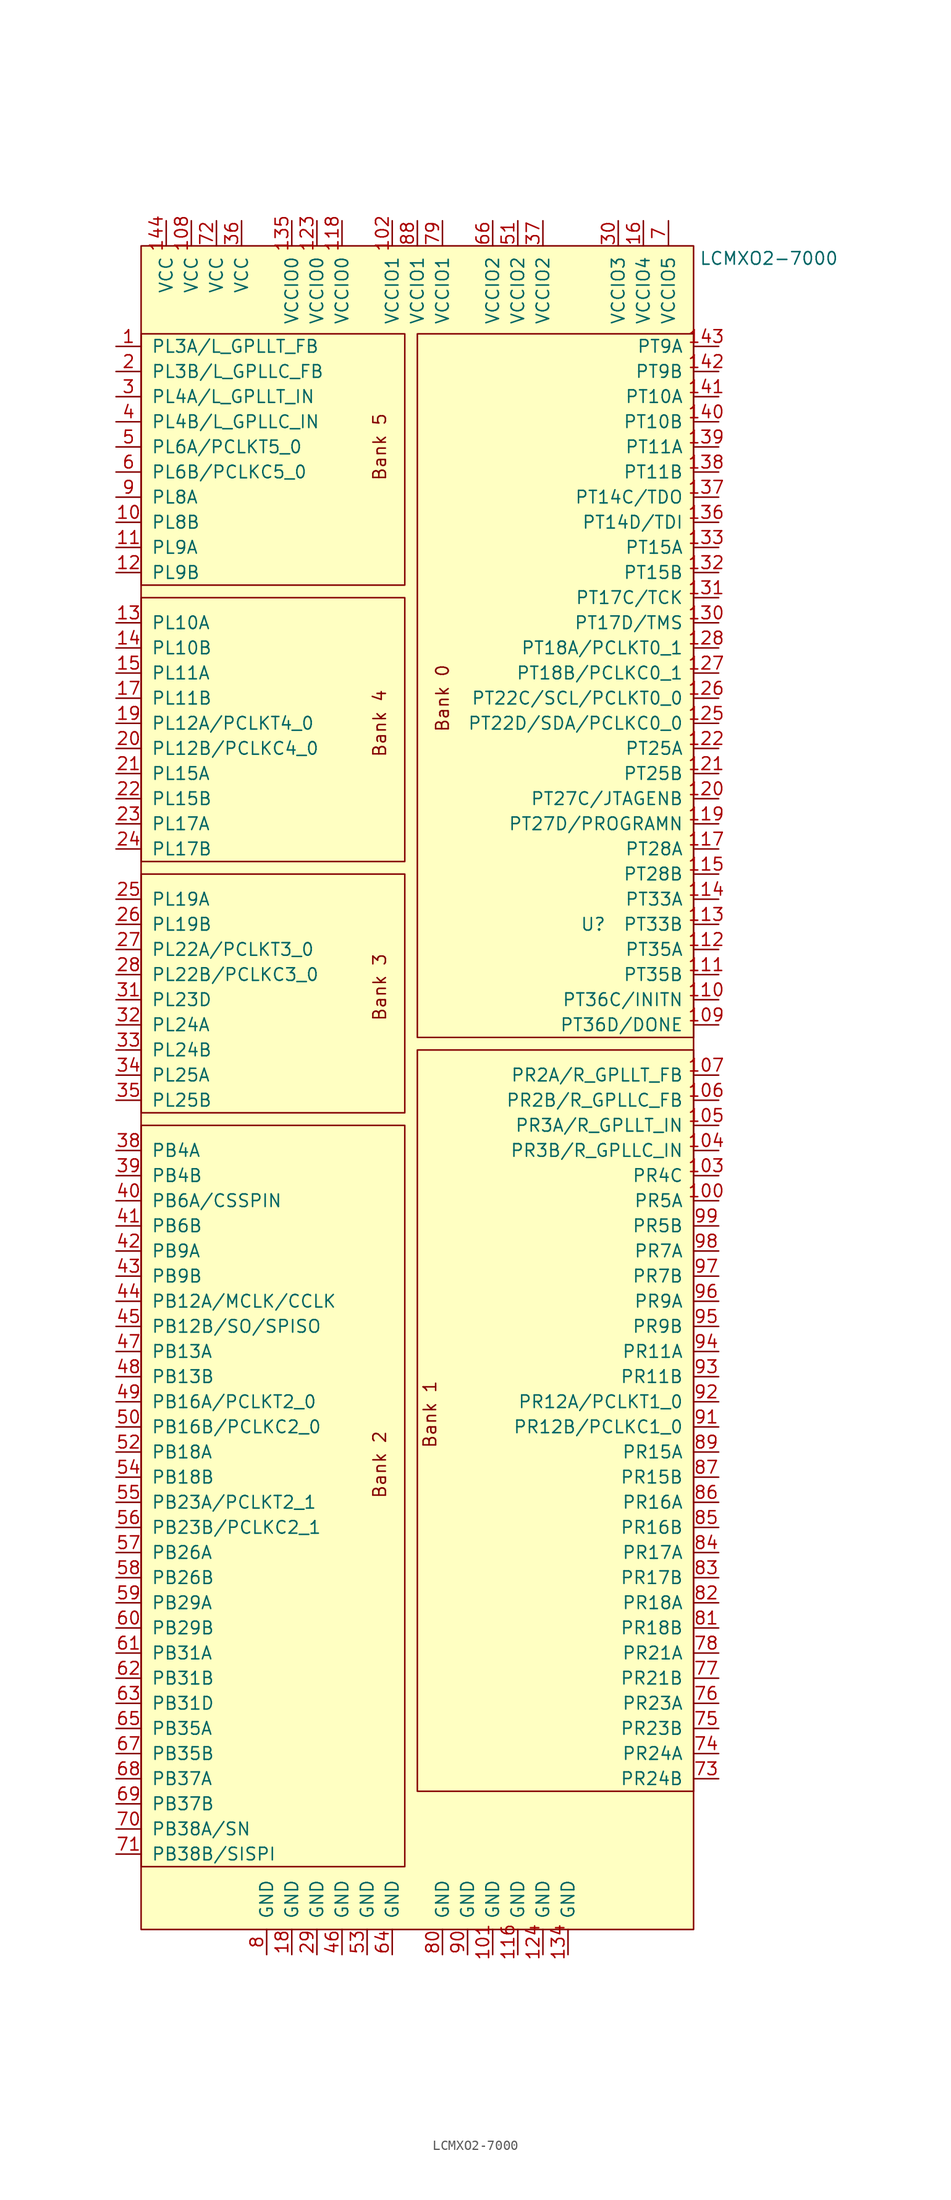
<source format=kicad_sym>
(kicad_symbol_lib
  (version 20231120)
  (generator "kicad_symbol_editor")
  (generator_version "8.0")
  (symbol "LCMXO2-7000"
    (pin_names
      (offset 1.016))
    (property "Reference" "U"
      (at 17.78 12.7 0)
      (effects (font (size 1.27 1.27))))
    (property "Value" "LCMXO2-7000"
      (at 35.56 80.01 0)
      (effects (font (size 1.27 1.27))))
    (symbol "LCMXO2-7000_0_0"
      (rectangle (start -27.94 -7.62) (end -1.27 -82.55) (stroke (width 0) (type default)) (fill (type none)))
      (rectangle (start -27.94 17.78) (end -1.27 -6.35) (stroke (width 0) (type default)) (fill (type none)))
      (rectangle (start -27.94 45.72) (end -1.27 19.05) (stroke (width 0) (type default)) (fill (type none)))
      (rectangle (start -27.94 72.39) (end -1.27 46.99) (stroke (width 0) (type default)) (fill (type none)))
      (rectangle (start 0 0) (end 27.94 -74.93) (stroke (width 0) (type default)) (fill (type none)))
      (text "Bank 0" (at 2.54 35.56 900) (effects (font (size 1.27 1.27))))
      (text "Bank 1" (at 1.27 -36.83 900) (effects (font (size 1.27 1.27))))
      (text "Bank 2" (at -3.81 -41.91 900) (effects (font (size 1.27 1.27))))
      (text "Bank 3" (at -3.81 6.35 900) (effects (font (size 1.27 1.27))))
      (text "Bank 4" (at -3.81 33.02 900) (effects (font (size 1.27 1.27))))
      (text "Bank 5" (at -3.81 60.96 900) (effects (font (size 1.27 1.27)))))
    (symbol "LCMXO2-7000_0_1"
      (rectangle (start -27.94 81.28) (end 27.94 -88.9) (stroke (width 0) (type default)) (fill (type background)))
      (rectangle (start 27.94 72.39) (end 0 1.27) (stroke (width 0) (type default)) (fill (type none))))
    (symbol "LCMXO2-7000_1_1"
      (pin tri_state line (at -30.48 71.12 0) (length 2.54) (name "PL3A/L_GPLLT_FB" (effects (font (size 1.27 1.27)))) (number "1" (effects (font (size 1.27 1.27)))))
      (pin tri_state line (at -30.48 53.34 0) (length 2.54) (name "PL8B" (effects (font (size 1.27 1.27)))) (number "10" (effects (font (size 1.27 1.27)))))
      (pin tri_state line (at 30.48 -15.24 180) (length 2.54) (name "PR5A" (effects (font (size 1.27 1.27)))) (number "100" (effects (font (size 1.27 1.27)))))
      (pin power_in line (at 7.62 -91.44 90) (length 2.54) (name "GND" (effects (font (size 1.27 1.27)))) (number "101" (effects (font (size 1.27 1.27)))))
      (pin power_in line (at -2.54 83.82 270) (length 2.54) (name "VCCIO1" (effects (font (size 1.27 1.27)))) (number "102" (effects (font (size 1.27 1.27)))))
      (pin tri_state line (at 30.48 -12.7 180) (length 2.54) (name "PR4C" (effects (font (size 1.27 1.27)))) (number "103" (effects (font (size 1.27 1.27)))))
      (pin tri_state line (at 30.48 -10.16 180) (length 2.54) (name "PR3B/R_GPLLC_IN" (effects (font (size 1.27 1.27)))) (number "104" (effects (font (size 1.27 1.27)))))
      (pin tri_state line (at 30.48 -7.62 180) (length 2.54) (name "PR3A/R_GPLLT_IN" (effects (font (size 1.27 1.27)))) (number "105" (effects (font (size 1.27 1.27)))))
      (pin tri_state line (at 30.48 -5.08 180) (length 2.54) (name "PR2B/R_GPLLC_FB" (effects (font (size 1.27 1.27)))) (number "106" (effects (font (size 1.27 1.27)))))
      (pin tri_state line (at 30.48 -2.54 180) (length 2.54) (name "PR2A/R_GPLLT_FB" (effects (font (size 1.27 1.27)))) (number "107" (effects (font (size 1.27 1.27)))))
      (pin power_in line (at -22.86 83.82 270) (length 2.54) (name "VCC" (effects (font (size 1.27 1.27)))) (number "108" (effects (font (size 1.27 1.27)))))
      (pin tri_state line (at 30.48 2.54 180) (length 2.54) (name "PT36D/DONE" (effects (font (size 1.27 1.27)))) (number "109" (effects (font (size 1.27 1.27)))))
      (pin tri_state line (at -30.48 50.8 0) (length 2.54) (name "PL9A" (effects (font (size 1.27 1.27)))) (number "11" (effects (font (size 1.27 1.27)))))
      (pin tri_state line (at 30.48 5.08 180) (length 2.54) (name "PT36C/INITN" (effects (font (size 1.27 1.27)))) (number "110" (effects (font (size 1.27 1.27)))))
      (pin tri_state line (at 30.48 7.62 180) (length 2.54) (name "PT35B" (effects (font (size 1.27 1.27)))) (number "111" (effects (font (size 1.27 1.27)))))
      (pin tri_state line (at 30.48 10.16 180) (length 2.54) (name "PT35A" (effects (font (size 1.27 1.27)))) (number "112" (effects (font (size 1.27 1.27)))))
      (pin tri_state line (at 30.48 12.7 180) (length 2.54) (name "PT33B" (effects (font (size 1.27 1.27)))) (number "113" (effects (font (size 1.27 1.27)))))
      (pin tri_state line (at 30.48 15.24 180) (length 2.54) (name "PT33A" (effects (font (size 1.27 1.27)))) (number "114" (effects (font (size 1.27 1.27)))))
      (pin tri_state line (at 30.48 17.78 180) (length 2.54) (name "PT28B" (effects (font (size 1.27 1.27)))) (number "115" (effects (font (size 1.27 1.27)))))
      (pin power_in line (at 10.16 -91.44 90) (length 2.54) (name "GND" (effects (font (size 1.27 1.27)))) (number "116" (effects (font (size 1.27 1.27)))))
      (pin tri_state line (at 30.48 20.32 180) (length 2.54) (name "PT28A" (effects (font (size 1.27 1.27)))) (number "117" (effects (font (size 1.27 1.27)))))
      (pin power_in line (at -7.62 83.82 270) (length 2.54) (name "VCCIO0" (effects (font (size 1.27 1.27)))) (number "118" (effects (font (size 1.27 1.27)))))
      (pin tri_state line (at 30.48 22.86 180) (length 2.54) (name "PT27D/PROGRAMN" (effects (font (size 1.27 1.27)))) (number "119" (effects (font (size 1.27 1.27)))))
      (pin tri_state line (at -30.48 48.26 0) (length 2.54) (name "PL9B" (effects (font (size 1.27 1.27)))) (number "12" (effects (font (size 1.27 1.27)))))
      (pin tri_state line (at 30.48 25.4 180) (length 2.54) (name "PT27C/JTAGENB" (effects (font (size 1.27 1.27)))) (number "120" (effects (font (size 1.27 1.27)))))
      (pin tri_state line (at 30.48 27.94 180) (length 2.54) (name "PT25B" (effects (font (size 1.27 1.27)))) (number "121" (effects (font (size 1.27 1.27)))))
      (pin tri_state line (at 30.48 30.48 180) (length 2.54) (name "PT25A" (effects (font (size 1.27 1.27)))) (number "122" (effects (font (size 1.27 1.27)))))
      (pin power_in line (at -10.16 83.82 270) (length 2.54) (name "VCCIO0" (effects (font (size 1.27 1.27)))) (number "123" (effects (font (size 1.27 1.27)))))
      (pin power_in line (at 12.7 -91.44 90) (length 2.54) (name "GND" (effects (font (size 1.27 1.27)))) (number "124" (effects (font (size 1.27 1.27)))))
      (pin tri_state line (at 30.48 33.02 180) (length 2.54) (name "PT22D/SDA/PCLKC0_0" (effects (font (size 1.27 1.27)))) (number "125" (effects (font (size 1.27 1.27)))))
      (pin tri_state line (at 30.48 35.56 180) (length 2.54) (name "PT22C/SCL/PCLKT0_0" (effects (font (size 1.27 1.27)))) (number "126" (effects (font (size 1.27 1.27)))))
      (pin tri_state line (at 30.48 38.1 180) (length 2.54) (name "PT18B/PCLKC0_1" (effects (font (size 1.27 1.27)))) (number "127" (effects (font (size 1.27 1.27)))))
      (pin tri_state line (at 30.48 40.64 180) (length 2.54) (name "PT18A/PCLKT0_1" (effects (font (size 1.27 1.27)))) (number "128" (effects (font (size 1.27 1.27)))))
      (pin tri_state line (at -30.48 43.18 0) (length 2.54) (name "PL10A" (effects (font (size 1.27 1.27)))) (number "13" (effects (font (size 1.27 1.27)))))
      (pin tri_state line (at 30.48 43.18 180) (length 2.54) (name "PT17D/TMS" (effects (font (size 1.27 1.27)))) (number "130" (effects (font (size 1.27 1.27)))))
      (pin tri_state line (at 30.48 45.72 180) (length 2.54) (name "PT17C/TCK" (effects (font (size 1.27 1.27)))) (number "131" (effects (font (size 1.27 1.27)))))
      (pin tri_state line (at 30.48 48.26 180) (length 2.54) (name "PT15B" (effects (font (size 1.27 1.27)))) (number "132" (effects (font (size 1.27 1.27)))))
      (pin tri_state line (at 30.48 50.8 180) (length 2.54) (name "PT15A" (effects (font (size 1.27 1.27)))) (number "133" (effects (font (size 1.27 1.27)))))
      (pin power_in line (at 15.24 -91.44 90) (length 2.54) (name "GND" (effects (font (size 1.27 1.27)))) (number "134" (effects (font (size 1.27 1.27)))))
      (pin power_in line (at -12.7 83.82 270) (length 2.54) (name "VCCIO0" (effects (font (size 1.27 1.27)))) (number "135" (effects (font (size 1.27 1.27)))))
      (pin tri_state line (at 30.48 53.34 180) (length 2.54) (name "PT14D/TDI" (effects (font (size 1.27 1.27)))) (number "136" (effects (font (size 1.27 1.27)))))
      (pin tri_state line (at 30.48 55.88 180) (length 2.54) (name "PT14C/TDO" (effects (font (size 1.27 1.27)))) (number "137" (effects (font (size 1.27 1.27)))))
      (pin tri_state line (at 30.48 58.42 180) (length 2.54) (name "PT11B" (effects (font (size 1.27 1.27)))) (number "138" (effects (font (size 1.27 1.27)))))
      (pin tri_state line (at 30.48 60.96 180) (length 2.54) (name "PT11A" (effects (font (size 1.27 1.27)))) (number "139" (effects (font (size 1.27 1.27)))))
      (pin tri_state line (at -30.48 40.64 0) (length 2.54) (name "PL10B" (effects (font (size 1.27 1.27)))) (number "14" (effects (font (size 1.27 1.27)))))
      (pin tri_state line (at 30.48 63.5 180) (length 2.54) (name "PT10B" (effects (font (size 1.27 1.27)))) (number "140" (effects (font (size 1.27 1.27)))))
      (pin tri_state line (at 30.48 66.04 180) (length 2.54) (name "PT10A" (effects (font (size 1.27 1.27)))) (number "141" (effects (font (size 1.27 1.27)))))
      (pin tri_state line (at 30.48 68.58 180) (length 2.54) (name "PT9B" (effects (font (size 1.27 1.27)))) (number "142" (effects (font (size 1.27 1.27)))))
      (pin tri_state line (at 30.48 71.12 180) (length 2.54) (name "PT9A" (effects (font (size 1.27 1.27)))) (number "143" (effects (font (size 1.27 1.27)))))
      (pin power_in line (at -25.4 83.82 270) (length 2.54) (name "VCC" (effects (font (size 1.27 1.27)))) (number "144" (effects (font (size 1.27 1.27)))))
      (pin tri_state line (at -30.48 38.1 0) (length 2.54) (name "PL11A" (effects (font (size 1.27 1.27)))) (number "15" (effects (font (size 1.27 1.27)))))
      (pin power_in line (at 22.86 83.82 270) (length 2.54) (name "VCCIO4" (effects (font (size 1.27 1.27)))) (number "16" (effects (font (size 1.27 1.27)))))
      (pin tri_state line (at -30.48 35.56 0) (length 2.54) (name "PL11B" (effects (font (size 1.27 1.27)))) (number "17" (effects (font (size 1.27 1.27)))))
      (pin power_in line (at -12.7 -91.44 90) (length 2.54) (name "GND" (effects (font (size 1.27 1.27)))) (number "18" (effects (font (size 1.27 1.27)))))
      (pin tri_state line (at -30.48 33.02 0) (length 2.54) (name "PL12A/PCLKT4_0" (effects (font (size 1.27 1.27)))) (number "19" (effects (font (size 1.27 1.27)))))
      (pin tri_state line (at -30.48 68.58 0) (length 2.54) (name "PL3B/L_GPLLC_FB" (effects (font (size 1.27 1.27)))) (number "2" (effects (font (size 1.27 1.27)))))
      (pin tri_state line (at -30.48 30.48 0) (length 2.54) (name "PL12B/PCLKC4_0" (effects (font (size 1.27 1.27)))) (number "20" (effects (font (size 1.27 1.27)))))
      (pin tri_state line (at -30.48 27.94 0) (length 2.54) (name "PL15A" (effects (font (size 1.27 1.27)))) (number "21" (effects (font (size 1.27 1.27)))))
      (pin tri_state line (at -30.48 25.4 0) (length 2.54) (name "PL15B" (effects (font (size 1.27 1.27)))) (number "22" (effects (font (size 1.27 1.27)))))
      (pin tri_state line (at -30.48 22.86 0) (length 2.54) (name "PL17A" (effects (font (size 1.27 1.27)))) (number "23" (effects (font (size 1.27 1.27)))))
      (pin tri_state line (at -30.48 20.32 0) (length 2.54) (name "PL17B" (effects (font (size 1.27 1.27)))) (number "24" (effects (font (size 1.27 1.27)))))
      (pin tri_state line (at -30.48 15.24 0) (length 2.54) (name "PL19A" (effects (font (size 1.27 1.27)))) (number "25" (effects (font (size 1.27 1.27)))))
      (pin tri_state line (at -30.48 12.7 0) (length 2.54) (name "PL19B" (effects (font (size 1.27 1.27)))) (number "26" (effects (font (size 1.27 1.27)))))
      (pin tri_state line (at -30.48 10.16 0) (length 2.54) (name "PL22A/PCLKT3_0" (effects (font (size 1.27 1.27)))) (number "27" (effects (font (size 1.27 1.27)))))
      (pin tri_state line (at -30.48 7.62 0) (length 2.54) (name "PL22B/PCLKC3_0" (effects (font (size 1.27 1.27)))) (number "28" (effects (font (size 1.27 1.27)))))
      (pin power_in line (at -10.16 -91.44 90) (length 2.54) (name "GND" (effects (font (size 1.27 1.27)))) (number "29" (effects (font (size 1.27 1.27)))))
      (pin tri_state line (at -30.48 66.04 0) (length 2.54) (name "PL4A/L_GPLLT_IN" (effects (font (size 1.27 1.27)))) (number "3" (effects (font (size 1.27 1.27)))))
      (pin power_in line (at 20.32 83.82 270) (length 2.54) (name "VCCIO3" (effects (font (size 1.27 1.27)))) (number "30" (effects (font (size 1.27 1.27)))))
      (pin tri_state line (at -30.48 5.08 0) (length 2.54) (name "PL23D" (effects (font (size 1.27 1.27)))) (number "31" (effects (font (size 1.27 1.27)))))
      (pin tri_state line (at -30.48 2.54 0) (length 2.54) (name "PL24A" (effects (font (size 1.27 1.27)))) (number "32" (effects (font (size 1.27 1.27)))))
      (pin tri_state line (at -30.48 0 0) (length 2.54) (name "PL24B" (effects (font (size 1.27 1.27)))) (number "33" (effects (font (size 1.27 1.27)))))
      (pin tri_state line (at -30.48 -2.54 0) (length 2.54) (name "PL25A" (effects (font (size 1.27 1.27)))) (number "34" (effects (font (size 1.27 1.27)))))
      (pin tri_state line (at -30.48 -5.08 0) (length 2.54) (name "PL25B" (effects (font (size 1.27 1.27)))) (number "35" (effects (font (size 1.27 1.27)))))
      (pin power_in line (at -17.78 83.82 270) (length 2.54) (name "VCC" (effects (font (size 1.27 1.27)))) (number "36" (effects (font (size 1.27 1.27)))))
      (pin power_in line (at 12.7 83.82 270) (length 2.54) (name "VCCIO2" (effects (font (size 1.27 1.27)))) (number "37" (effects (font (size 1.27 1.27)))))
      (pin tri_state line (at -30.48 -10.16 0) (length 2.54) (name "PB4A" (effects (font (size 1.27 1.27)))) (number "38" (effects (font (size 1.27 1.27)))))
      (pin tri_state line (at -30.48 -12.7 0) (length 2.54) (name "PB4B" (effects (font (size 1.27 1.27)))) (number "39" (effects (font (size 1.27 1.27)))))
      (pin tri_state line (at -30.48 63.5 0) (length 2.54) (name "PL4B/L_GPLLC_IN" (effects (font (size 1.27 1.27)))) (number "4" (effects (font (size 1.27 1.27)))))
      (pin tri_state line (at -30.48 -15.24 0) (length 2.54) (name "PB6A/CSSPIN" (effects (font (size 1.27 1.27)))) (number "40" (effects (font (size 1.27 1.27)))))
      (pin tri_state line (at -30.48 -17.78 0) (length 2.54) (name "PB6B" (effects (font (size 1.27 1.27)))) (number "41" (effects (font (size 1.27 1.27)))))
      (pin tri_state line (at -30.48 -20.32 0) (length 2.54) (name "PB9A" (effects (font (size 1.27 1.27)))) (number "42" (effects (font (size 1.27 1.27)))))
      (pin tri_state line (at -30.48 -22.86 0) (length 2.54) (name "PB9B" (effects (font (size 1.27 1.27)))) (number "43" (effects (font (size 1.27 1.27)))))
      (pin tri_state line (at -30.48 -25.4 0) (length 2.54) (name "PB12A/MCLK/CCLK" (effects (font (size 1.27 1.27)))) (number "44" (effects (font (size 1.27 1.27)))))
      (pin tri_state line (at -30.48 -27.94 0) (length 2.54) (name "PB12B/SO/SPISO" (effects (font (size 1.27 1.27)))) (number "45" (effects (font (size 1.27 1.27)))))
      (pin power_in line (at -7.62 -91.44 90) (length 2.54) (name "GND" (effects (font (size 1.27 1.27)))) (number "46" (effects (font (size 1.27 1.27)))))
      (pin tri_state line (at -30.48 -30.48 0) (length 2.54) (name "PB13A" (effects (font (size 1.27 1.27)))) (number "47" (effects (font (size 1.27 1.27)))))
      (pin tri_state line (at -30.48 -33.02 0) (length 2.54) (name "PB13B" (effects (font (size 1.27 1.27)))) (number "48" (effects (font (size 1.27 1.27)))))
      (pin tri_state line (at -30.48 -35.56 0) (length 2.54) (name "PB16A/PCLKT2_0" (effects (font (size 1.27 1.27)))) (number "49" (effects (font (size 1.27 1.27)))))
      (pin tri_state line (at -30.48 60.96 0) (length 2.54) (name "PL6A/PCLKT5_0" (effects (font (size 1.27 1.27)))) (number "5" (effects (font (size 1.27 1.27)))))
      (pin tri_state line (at -30.48 -38.1 0) (length 2.54) (name "PB16B/PCLKC2_0" (effects (font (size 1.27 1.27)))) (number "50" (effects (font (size 1.27 1.27)))))
      (pin power_in line (at 10.16 83.82 270) (length 2.54) (name "VCCIO2" (effects (font (size 1.27 1.27)))) (number "51" (effects (font (size 1.27 1.27)))))
      (pin tri_state line (at -30.48 -40.64 0) (length 2.54) (name "PB18A" (effects (font (size 1.27 1.27)))) (number "52" (effects (font (size 1.27 1.27)))))
      (pin power_in line (at -5.08 -91.44 90) (length 2.54) (name "GND" (effects (font (size 1.27 1.27)))) (number "53" (effects (font (size 1.27 1.27)))))
      (pin tri_state line (at -30.48 -43.18 0) (length 2.54) (name "PB18B" (effects (font (size 1.27 1.27)))) (number "54" (effects (font (size 1.27 1.27)))))
      (pin tri_state line (at -30.48 -45.72 0) (length 2.54) (name "PB23A/PCLKT2_1" (effects (font (size 1.27 1.27)))) (number "55" (effects (font (size 1.27 1.27)))))
      (pin tri_state line (at -30.48 -48.26 0) (length 2.54) (name "PB23B/PCLKC2_1" (effects (font (size 1.27 1.27)))) (number "56" (effects (font (size 1.27 1.27)))))
      (pin tri_state line (at -30.48 -50.8 0) (length 2.54) (name "PB26A" (effects (font (size 1.27 1.27)))) (number "57" (effects (font (size 1.27 1.27)))))
      (pin tri_state line (at -30.48 -53.34 0) (length 2.54) (name "PB26B" (effects (font (size 1.27 1.27)))) (number "58" (effects (font (size 1.27 1.27)))))
      (pin tri_state line (at -30.48 -55.88 0) (length 2.54) (name "PB29A" (effects (font (size 1.27 1.27)))) (number "59" (effects (font (size 1.27 1.27)))))
      (pin tri_state line (at -30.48 58.42 0) (length 2.54) (name "PL6B/PCLKC5_0" (effects (font (size 1.27 1.27)))) (number "6" (effects (font (size 1.27 1.27)))))
      (pin tri_state line (at -30.48 -58.42 0) (length 2.54) (name "PB29B" (effects (font (size 1.27 1.27)))) (number "60" (effects (font (size 1.27 1.27)))))
      (pin tri_state line (at -30.48 -60.96 0) (length 2.54) (name "PB31A" (effects (font (size 1.27 1.27)))) (number "61" (effects (font (size 1.27 1.27)))))
      (pin tri_state line (at -30.48 -63.5 0) (length 2.54) (name "PB31B" (effects (font (size 1.27 1.27)))) (number "62" (effects (font (size 1.27 1.27)))))
      (pin tri_state line (at -30.48 -66.04 0) (length 2.54) (name "PB31D" (effects (font (size 1.27 1.27)))) (number "63" (effects (font (size 1.27 1.27)))))
      (pin power_in line (at -2.54 -91.44 90) (length 2.54) (name "GND" (effects (font (size 1.27 1.27)))) (number "64" (effects (font (size 1.27 1.27)))))
      (pin tri_state line (at -30.48 -68.58 0) (length 2.54) (name "PB35A" (effects (font (size 1.27 1.27)))) (number "65" (effects (font (size 1.27 1.27)))))
      (pin power_in line (at 7.62 83.82 270) (length 2.54) (name "VCCIO2" (effects (font (size 1.27 1.27)))) (number "66" (effects (font (size 1.27 1.27)))))
      (pin tri_state line (at -30.48 -71.12 0) (length 2.54) (name "PB35B" (effects (font (size 1.27 1.27)))) (number "67" (effects (font (size 1.27 1.27)))))
      (pin tri_state line (at -30.48 -73.66 0) (length 2.54) (name "PB37A" (effects (font (size 1.27 1.27)))) (number "68" (effects (font (size 1.27 1.27)))))
      (pin tri_state line (at -30.48 -76.2 0) (length 2.54) (name "PB37B" (effects (font (size 1.27 1.27)))) (number "69" (effects (font (size 1.27 1.27)))))
      (pin power_in line (at 25.4 83.82 270) (length 2.54) (name "VCCIO5" (effects (font (size 1.27 1.27)))) (number "7" (effects (font (size 1.27 1.27)))))
      (pin tri_state line (at -30.48 -78.74 0) (length 2.54) (name "PB38A/SN" (effects (font (size 1.27 1.27)))) (number "70" (effects (font (size 1.27 1.27)))))
      (pin tri_state line (at -30.48 -81.28 0) (length 2.54) (name "PB38B/SISPI" (effects (font (size 1.27 1.27)))) (number "71" (effects (font (size 1.27 1.27)))))
      (pin power_in line (at -20.32 83.82 270) (length 2.54) (name "VCC" (effects (font (size 1.27 1.27)))) (number "72" (effects (font (size 1.27 1.27)))))
      (pin tri_state line (at 30.48 -73.66 180) (length 2.54) (name "PR24B" (effects (font (size 1.27 1.27)))) (number "73" (effects (font (size 1.27 1.27)))))
      (pin tri_state line (at 30.48 -71.12 180) (length 2.54) (name "PR24A" (effects (font (size 1.27 1.27)))) (number "74" (effects (font (size 1.27 1.27)))))
      (pin tri_state line (at 30.48 -68.58 180) (length 2.54) (name "PR23B" (effects (font (size 1.27 1.27)))) (number "75" (effects (font (size 1.27 1.27)))))
      (pin tri_state line (at 30.48 -66.04 180) (length 2.54) (name "PR23A" (effects (font (size 1.27 1.27)))) (number "76" (effects (font (size 1.27 1.27)))))
      (pin tri_state line (at 30.48 -63.5 180) (length 2.54) (name "PR21B" (effects (font (size 1.27 1.27)))) (number "77" (effects (font (size 1.27 1.27)))))
      (pin tri_state line (at 30.48 -60.96 180) (length 2.54) (name "PR21A" (effects (font (size 1.27 1.27)))) (number "78" (effects (font (size 1.27 1.27)))))
      (pin power_in line (at 2.54 83.82 270) (length 2.54) (name "VCCIO1" (effects (font (size 1.27 1.27)))) (number "79" (effects (font (size 1.27 1.27)))))
      (pin power_in line (at -15.24 -91.44 90) (length 2.54) (name "GND" (effects (font (size 1.27 1.27)))) (number "8" (effects (font (size 1.27 1.27)))))
      (pin power_in line (at 2.54 -91.44 90) (length 2.54) (name "GND" (effects (font (size 1.27 1.27)))) (number "80" (effects (font (size 1.27 1.27)))))
      (pin tri_state line (at 30.48 -58.42 180) (length 2.54) (name "PR18B" (effects (font (size 1.27 1.27)))) (number "81" (effects (font (size 1.27 1.27)))))
      (pin tri_state line (at 30.48 -55.88 180) (length 2.54) (name "PR18A" (effects (font (size 1.27 1.27)))) (number "82" (effects (font (size 1.27 1.27)))))
      (pin tri_state line (at 30.48 -53.34 180) (length 2.54) (name "PR17B" (effects (font (size 1.27 1.27)))) (number "83" (effects (font (size 1.27 1.27)))))
      (pin tri_state line (at 30.48 -50.8 180) (length 2.54) (name "PR17A" (effects (font (size 1.27 1.27)))) (number "84" (effects (font (size 1.27 1.27)))))
      (pin tri_state line (at 30.48 -48.26 180) (length 2.54) (name "PR16B" (effects (font (size 1.27 1.27)))) (number "85" (effects (font (size 1.27 1.27)))))
      (pin tri_state line (at 30.48 -45.72 180) (length 2.54) (name "PR16A" (effects (font (size 1.27 1.27)))) (number "86" (effects (font (size 1.27 1.27)))))
      (pin tri_state line (at 30.48 -43.18 180) (length 2.54) (name "PR15B" (effects (font (size 1.27 1.27)))) (number "87" (effects (font (size 1.27 1.27)))))
      (pin power_in line (at 0 83.82 270) (length 2.54) (name "VCCIO1" (effects (font (size 1.27 1.27)))) (number "88" (effects (font (size 1.27 1.27)))))
      (pin tri_state line (at 30.48 -40.64 180) (length 2.54) (name "PR15A" (effects (font (size 1.27 1.27)))) (number "89" (effects (font (size 1.27 1.27)))))
      (pin tri_state line (at -30.48 55.88 0) (length 2.54) (name "PL8A" (effects (font (size 1.27 1.27)))) (number "9" (effects (font (size 1.27 1.27)))))
      (pin power_in line (at 5.08 -91.44 90) (length 2.54) (name "GND" (effects (font (size 1.27 1.27)))) (number "90" (effects (font (size 1.27 1.27)))))
      (pin tri_state line (at 30.48 -38.1 180) (length 2.54) (name "PR12B/PCLKC1_0" (effects (font (size 1.27 1.27)))) (number "91" (effects (font (size 1.27 1.27)))))
      (pin tri_state line (at 30.48 -35.56 180) (length 2.54) (name "PR12A/PCLKT1_0" (effects (font (size 1.27 1.27)))) (number "92" (effects (font (size 1.27 1.27)))))
      (pin tri_state line (at 30.48 -33.02 180) (length 2.54) (name "PR11B" (effects (font (size 1.27 1.27)))) (number "93" (effects (font (size 1.27 1.27)))))
      (pin tri_state line (at 30.48 -30.48 180) (length 2.54) (name "PR11A" (effects (font (size 1.27 1.27)))) (number "94" (effects (font (size 1.27 1.27)))))
      (pin tri_state line (at 30.48 -27.94 180) (length 2.54) (name "PR9B" (effects (font (size 1.27 1.27)))) (number "95" (effects (font (size 1.27 1.27)))))
      (pin tri_state line (at 30.48 -25.4 180) (length 2.54) (name "PR9A" (effects (font (size 1.27 1.27)))) (number "96" (effects (font (size 1.27 1.27)))))
      (pin tri_state line (at 30.48 -22.86 180) (length 2.54) (name "PR7B" (effects (font (size 1.27 1.27)))) (number "97" (effects (font (size 1.27 1.27)))))
      (pin tri_state line (at 30.48 -20.32 180) (length 2.54) (name "PR7A" (effects (font (size 1.27 1.27)))) (number "98" (effects (font (size 1.27 1.27)))))
      (pin tri_state line (at 30.48 -17.78 180) (length 2.54) (name "PR5B" (effects (font (size 1.27 1.27)))) (number "99" (effects (font (size 1.27 1.27))))))))
</source>
